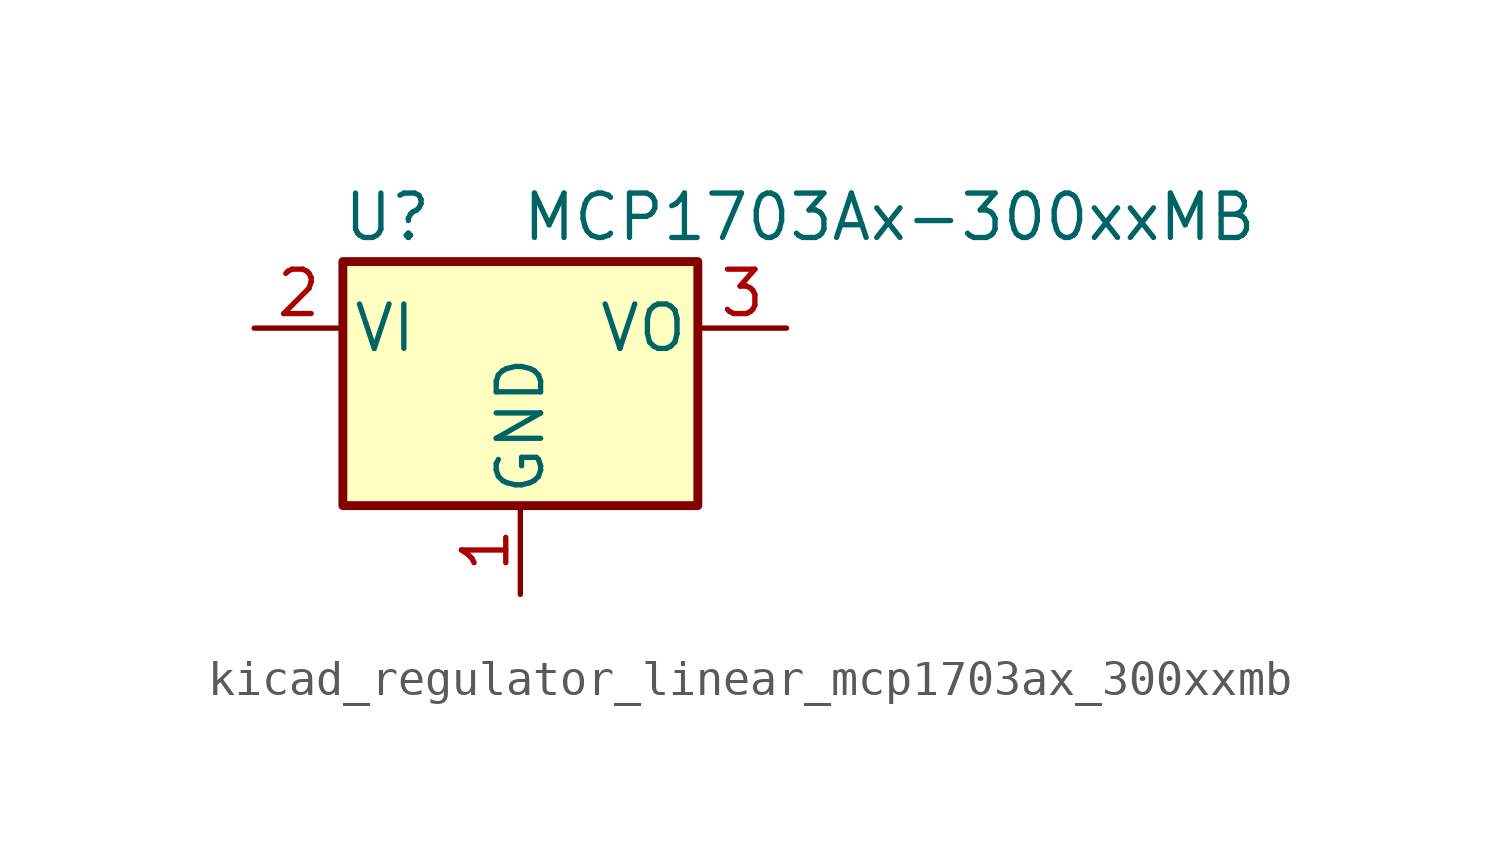
<source format=kicad_sym>
(kicad_symbol_lib
  (version 20220914)
  (generator kicad_symbol_editor)
  (symbol "kicad_regulator_linear_mcp1703ax_300xxmb"
    (pin_names
      (offset 0.254))
    (property "Reference" "U"
      (at -3.81 3.175 0)
      (effects (font (size 1.27 1.27))))
    (property "Value" "MCP1703Ax-300xxMB"
      (at 0 3.175 0)
      (effects (font (size 1.27 1.27)) (justify left)))
    (symbol "kicad_regulator_linear_mcp1703ax_300xxmb_0_1"
      (rectangle (start -5.08 -5.08) (end 5.08 1.905) (stroke (width 0.254) (type default)) (fill (type background))))
    (symbol "kicad_regulator_linear_mcp1703ax_300xxmb_1_1"
      (pin power_in line (at 0 -7.62 90) (length 2.54) (name "GND" (effects (font (size 1.27 1.27)))) (number "1" (effects (font (size 1.27 1.27)))))
      (pin power_in line (at -7.62 0 0) (length 2.54) (name "VI" (effects (font (size 1.27 1.27)))) (number "2" (effects (font (size 1.27 1.27)))))
      (pin power_out line (at 7.62 0 180) (length 2.54) (name "VO" (effects (font (size 1.27 1.27)))) (number "3" (effects (font (size 1.27 1.27))))))))
</source>
